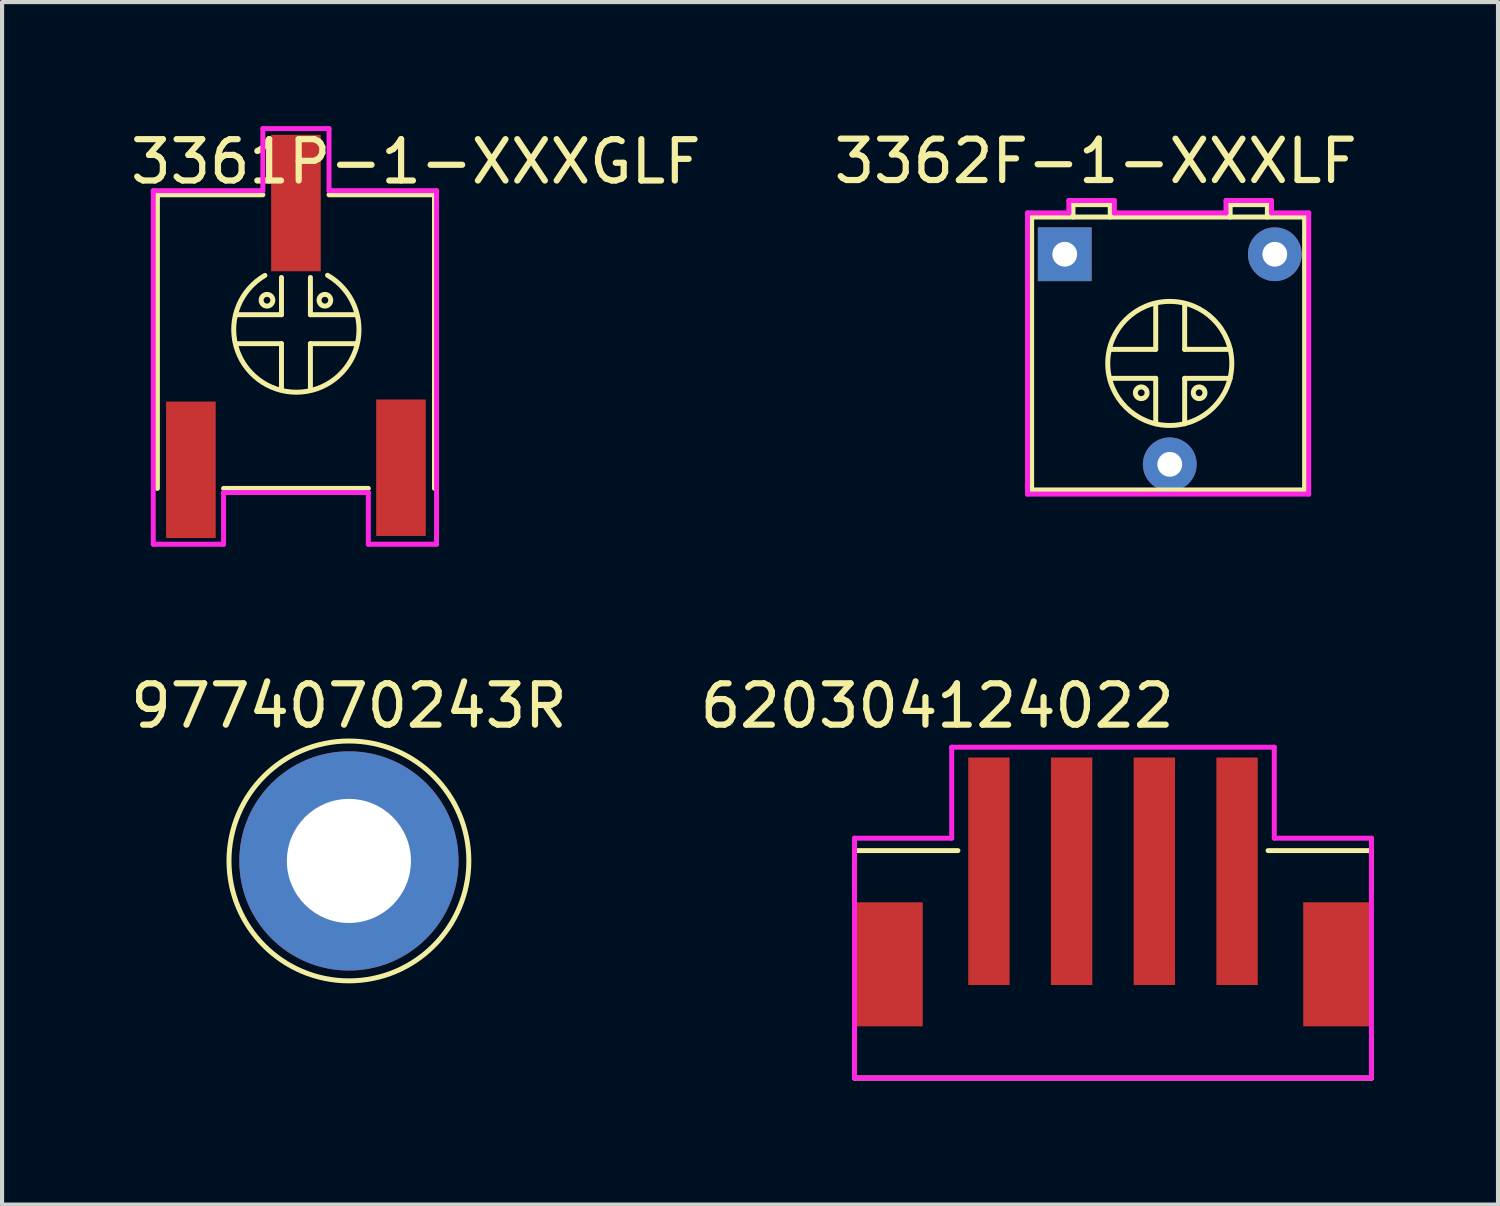
<source format=kicad_pcb>
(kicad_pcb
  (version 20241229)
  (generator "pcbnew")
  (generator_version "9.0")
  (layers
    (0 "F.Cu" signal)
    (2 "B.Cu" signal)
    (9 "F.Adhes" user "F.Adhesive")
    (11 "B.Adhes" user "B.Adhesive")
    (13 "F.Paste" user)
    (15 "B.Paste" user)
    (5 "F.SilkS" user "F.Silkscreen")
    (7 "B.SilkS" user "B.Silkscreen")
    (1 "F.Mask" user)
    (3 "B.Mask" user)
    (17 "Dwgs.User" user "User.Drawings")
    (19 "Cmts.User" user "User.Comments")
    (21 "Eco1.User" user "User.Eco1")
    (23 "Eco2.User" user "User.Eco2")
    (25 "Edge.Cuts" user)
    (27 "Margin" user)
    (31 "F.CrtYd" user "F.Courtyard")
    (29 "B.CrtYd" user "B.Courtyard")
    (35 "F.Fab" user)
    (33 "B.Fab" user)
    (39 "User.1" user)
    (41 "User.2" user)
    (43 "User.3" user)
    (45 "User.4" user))
  (footprint "3361P-1-XXXGLF"
    (layer "F.Cu")
    (at 4.106 4.91)
    (property "Reference" "3361P-1-XXXGLF" (at 2.9 -4.05 0) (layer "F.SilkS") (effects (font (size 1 1) (thickness 0.15))))
    (attr through_hole)
    (fp_line (start -3.35 -3.25) (end -0.8 -3.25) (stroke (width 0.12) (type solid)) (layer "F.SilkS"))
    (fp_line (start -3.35 3.85) (end -3.35 -3.25) (stroke (width 0.12) (type solid)) (layer "F.SilkS"))
    (fp_line (start -1.75 3.85) (end 1.75 3.85) (stroke (width 0.12) (type solid)) (layer "F.SilkS"))
    (fp_line (start -0.35 -1.25) (end -0.35 -0.35) (stroke (width 0.12) (type solid)) (layer "F.SilkS"))
    (fp_line (start -0.35 -0.35) (end -1.45 -0.35) (stroke (width 0.12) (type solid)) (layer "F.SilkS"))
    (fp_line (start -0.35 0.35) (end -1.45 0.35) (stroke (width 0.12) (type solid)) (layer "F.SilkS"))
    (fp_line (start -0.35 1.45) (end -0.35 0.35) (stroke (width 0.12) (type solid)) (layer "F.SilkS"))
    (fp_line (start 0.35 -0.35) (end 0.35 -1.25) (stroke (width 0.12) (type solid)) (layer "F.SilkS"))
    (fp_line (start 0.35 -0.35) (end 1.45 -0.35) (stroke (width 0.12) (type solid)) (layer "F.SilkS"))
    (fp_line (start 0.35 1.45) (end 0.35 0.35) (stroke (width 0.12) (type solid)) (layer "F.SilkS"))
    (fp_line (start 1.45 0.35) (end 0.35 0.35) (stroke (width 0.12) (type solid)) (layer "F.SilkS"))
    (fp_line (start 3.35 -3.25) (end 0.8 -3.25) (stroke (width 0.12) (type solid)) (layer "F.SilkS"))
    (fp_line (start 3.35 -3.25) (end 3.35 3.85) (stroke (width 0.12) (type solid)) (layer "F.SilkS"))
    (fp_arc (start 0.764637 -1.303097) (mid 0.013096 1.524494) (end -0.75 -1.3) (stroke (width 0.12) (type solid)) (layer "F.SilkS"))
    (fp_circle (center -0.7 -0.7) (end -0.6 -0.6) (stroke (width 0.12) (type solid)) (fill no) (layer "F.SilkS"))
    (fp_circle (center 0.7 -0.7) (end 0.6 -0.6) (stroke (width 0.12) (type solid)) (fill no) (layer "F.SilkS"))
    (fp_line (start -3.45 -3.35) (end -3.45 5.2) (stroke (width 0.12) (type solid)) (layer "F.CrtYd"))
    (fp_line (start -3.45 5.2) (end -1.75 5.2) (stroke (width 0.12) (type solid)) (layer "F.CrtYd"))
    (fp_line (start -1.75 3.95) (end 1.75 3.95) (stroke (width 0.12) (type solid)) (layer "F.CrtYd"))
    (fp_line (start -1.75 5.2) (end -1.75 3.95) (stroke (width 0.12) (type solid)) (layer "F.CrtYd"))
    (fp_line (start -0.8 -4.85) (end -0.8 -3.35) (stroke (width 0.12) (type solid)) (layer "F.CrtYd"))
    (fp_line (start -0.8 -3.35) (end -3.45 -3.35) (stroke (width 0.12) (type solid)) (layer "F.CrtYd"))
    (fp_line (start 0.8 -4.85) (end -0.8 -4.85) (stroke (width 0.12) (type solid)) (layer "F.CrtYd"))
    (fp_line (start 0.8 -3.35) (end 0.8 -4.85) (stroke (width 0.12) (type solid)) (layer "F.CrtYd"))
    (fp_line (start 1.75 3.95) (end 1.75 5.2) (stroke (width 0.12) (type solid)) (layer "F.CrtYd"))
    (fp_line (start 1.75 5.2) (end 3.4 5.2) (stroke (width 0.12) (type solid)) (layer "F.CrtYd"))
    (fp_line (start 3.4 -3.35) (end 0.8 -3.35) (stroke (width 0.12) (type solid)) (layer "F.CrtYd"))
    (fp_line (start 3.4 5.2) (end 3.4 -3.35) (stroke (width 0.12) (type solid)) (layer "F.CrtYd"))
    (pad "1" smd rect (at -2.54 3.4 180) (size 1.2 3.3) (layers "F.Cu" "F.Mask" "F.Paste"))
    (pad "2" smd rect (at 0 -3.05 180) (size 1.2 3.3) (layers "F.Cu" "F.Mask" "F.Paste"))
    (pad "3" smd rect (at 2.54 3.35 180) (size 1.2 3.3) (layers "F.Cu" "F.Mask" "F.Paste")))
  (footprint "620304124022"
    (layer "F.Cu")
    (at 20.863 18.018)
    (property "Reference" "620304124022" (at -1.25 -4 0) (layer "F.SilkS") (effects (font (size 1 1) (thickness 0.15))))
    (attr through_hole)
    (fp_line (start -3.25 -0.5) (end -3.25 0.5) (stroke (width 0.12) (type solid)) (layer "F.SilkS"))
    (fp_line (start -3.25 -0.5) (end -0.75 -0.5) (stroke (width 0.12) (type solid)) (layer "F.SilkS"))
    (fp_line (start -3.25 5) (end -3.25 4) (stroke (width 0.12) (type solid)) (layer "F.SilkS"))
    (fp_line (start -3.25 5) (end 9.25 5) (stroke (width 0.12) (type solid)) (layer "F.SilkS"))
    (fp_line (start 9.25 -0.5) (end 6.75 -0.5) (stroke (width 0.12) (type solid)) (layer "F.SilkS"))
    (fp_line (start 9.25 -0.5) (end 9.25 0.5) (stroke (width 0.12) (type solid)) (layer "F.SilkS"))
    (fp_line (start 9.25 4) (end 9.25 5) (stroke (width 0.12) (type solid)) (layer "F.SilkS"))
    (fp_line (start -3.25 -0.8) (end -0.9 -0.8) (stroke (width 0.12) (type solid)) (layer "F.CrtYd"))
    (fp_line (start -3.25 5) (end -3.25 -0.8) (stroke (width 0.12) (type solid)) (layer "F.CrtYd"))
    (fp_line (start -0.9 -3) (end 6.9 -3) (stroke (width 0.12) (type solid)) (layer "F.CrtYd"))
    (fp_line (start -0.9 -0.8) (end -0.9 -3) (stroke (width 0.12) (type solid)) (layer "F.CrtYd"))
    (fp_line (start 6.9 -3) (end 6.9 -0.8) (stroke (width 0.12) (type solid)) (layer "F.CrtYd"))
    (fp_line (start 6.9 -0.8) (end 9.25 -0.8) (stroke (width 0.12) (type solid)) (layer "F.CrtYd"))
    (fp_line (start 9.25 -0.8) (end 9.25 5) (stroke (width 0.12) (type solid)) (layer "F.CrtYd"))
    (fp_line (start 9.25 5) (end -3.25 5) (stroke (width 0.12) (type solid)) (layer "F.CrtYd"))
    (pad "1" smd rect (at 0 0) (size 1 5.5) (layers "F.Cu" "F.Mask" "F.Paste"))
    (pad "2" smd rect (at 2 0) (size 1 5.5) (layers "F.Cu" "F.Mask" "F.Paste"))
    (pad "3" smd rect (at 4 0) (size 1 5.5) (layers "F.Cu" "F.Mask" "F.Paste"))
    (pad "4" smd rect (at 6 0) (size 1 5.5) (layers "F.Cu" "F.Mask" "F.Paste"))
    (pad "s" smd rect (at -2.4 2.25) (size 1.6 3) (layers "F.Cu" "F.Mask" "F.Paste"))
    (pad "s" smd rect (at 8.4 2.25) (size 1.6 3) (layers "F.Cu" "F.Mask" "F.Paste")))
  (footprint "3362F-1-XXXLF"
    (layer "F.Cu")
    (at 22.696 3.098)
    (property "Reference" "3362F-1-XXXLF" (at 0.75 -2.25 0) (layer "F.SilkS") (effects (font (size 1 1) (thickness 0.15))))
    (attr through_hole)
    (fp_line (start -0.8 -0.9) (end 5.8 -0.9) (stroke (width 0.12) (type solid)) (layer "F.SilkS"))
    (fp_line (start -0.8 5.7) (end -0.8 -0.9) (stroke (width 0.12) (type solid)) (layer "F.SilkS"))
    (fp_line (start 0.2 -1.2) (end 1.1 -1.2) (stroke (width 0.12) (type solid)) (layer "F.SilkS"))
    (fp_line (start 0.2 -0.9) (end 0.2 -1.2) (stroke (width 0.12) (type solid)) (layer "F.SilkS"))
    (fp_line (start 1.1 -1.2) (end 1.1 -0.9) (stroke (width 0.12) (type solid)) (layer "F.SilkS"))
    (fp_line (start 1.1 2.3) (end 2.2 2.3) (stroke (width 0.12) (type solid)) (layer "F.SilkS"))
    (fp_line (start 2.2 1.2) (end 2.2 2.3) (stroke (width 0.12) (type solid)) (layer "F.SilkS"))
    (fp_line (start 2.2 3) (end 1.1 3) (stroke (width 0.12) (type solid)) (layer "F.SilkS"))
    (fp_line (start 2.2 3) (end 2.2 4.1) (stroke (width 0.12) (type solid)) (layer "F.SilkS"))
    (fp_line (start 2.9 1.2) (end 2.9 2.3) (stroke (width 0.12) (type solid)) (layer "F.SilkS"))
    (fp_line (start 2.9 2.3) (end 4 2.3) (stroke (width 0.12) (type solid)) (layer "F.SilkS"))
    (fp_line (start 2.9 3) (end 4 3) (stroke (width 0.12) (type solid)) (layer "F.SilkS"))
    (fp_line (start 2.9 4.1) (end 2.9 3) (stroke (width 0.12) (type solid)) (layer "F.SilkS"))
    (fp_line (start 4 -1.2) (end 4 -0.9) (stroke (width 0.12) (type solid)) (layer "F.SilkS"))
    (fp_line (start 4.9 -1.2) (end 4 -1.2) (stroke (width 0.12) (type solid)) (layer "F.SilkS"))
    (fp_line (start 4.9 -0.9) (end 4.9 -1.2) (stroke (width 0.12) (type solid)) (layer "F.SilkS"))
    (fp_line (start 5.8 -0.9) (end 5.8 5.7) (stroke (width 0.12) (type solid)) (layer "F.SilkS"))
    (fp_line (start 5.8 5.7) (end -0.8 5.7) (stroke (width 0.12) (type solid)) (layer "F.SilkS"))
    (fp_circle (center 1.85 3.35) (end 1.95 3.25) (stroke (width 0.12) (type solid)) (fill no) (layer "F.SilkS"))
    (fp_circle (center 2.54 2.64) (end 4.04 2.64) (stroke (width 0.12) (type solid)) (fill no) (layer "F.SilkS"))
    (fp_circle (center 3.25 3.35) (end 3.15 3.25) (stroke (width 0.12) (type solid)) (fill no) (layer "F.SilkS"))
    (fp_line (start -0.9 -1) (end 0.1 -1) (stroke (width 0.12) (type solid)) (layer "F.CrtYd"))
    (fp_line (start -0.9 5.8) (end -0.9 -1) (stroke (width 0.12) (type solid)) (layer "F.CrtYd"))
    (fp_line (start 0.1 -1.3) (end 1.2 -1.3) (stroke (width 0.12) (type solid)) (layer "F.CrtYd"))
    (fp_line (start 0.1 -1) (end 0.1 -1.3) (stroke (width 0.12) (type solid)) (layer "F.CrtYd"))
    (fp_line (start 1.2 -1.3) (end 1.2 -1) (stroke (width 0.12) (type solid)) (layer "F.CrtYd"))
    (fp_line (start 1.2 -1) (end 3.9 -1) (stroke (width 0.12) (type solid)) (layer "F.CrtYd"))
    (fp_line (start 3.9 -1.3) (end 5 -1.3) (stroke (width 0.12) (type solid)) (layer "F.CrtYd"))
    (fp_line (start 3.9 -1) (end 3.9 -1.3) (stroke (width 0.12) (type solid)) (layer "F.CrtYd"))
    (fp_line (start 5 -1.3) (end 5 -1) (stroke (width 0.12) (type solid)) (layer "F.CrtYd"))
    (fp_line (start 5 -1) (end 5.9 -1) (stroke (width 0.12) (type solid)) (layer "F.CrtYd"))
    (fp_line (start 5.9 -1) (end 5.9 5.8) (stroke (width 0.12) (type solid)) (layer "F.CrtYd"))
    (fp_line (start 5.9 5.8) (end -0.9 5.8) (stroke (width 0.12) (type solid)) (layer "F.CrtYd"))
    (pad "1" thru_hole rect (at 0 0) (size 1.3 1.3) (drill 0.6) (layers "*.Cu" "*.Mask"))
    (pad "2" thru_hole circle (at 2.54 5.08) (size 1.3 1.3) (drill 0.6) (layers "*.Cu" "*.Mask"))
    (pad "3" thru_hole circle (at 5.08 0) (size 1.3 1.3) (drill 0.6) (layers "*.Cu" "*.Mask")))
  (footprint "9774070243R"
    (layer "F.Cu")
    (at 5.387 17.768)
    (property "Reference" "9774070243R" (at 0 -3.75 0) (layer "F.SilkS") (effects (font (size 1 1) (thickness 0.15))))
    (attr through_hole)
    (fp_circle (center 0 0) (end 2.9 0) (stroke (width 0.12) (type solid)) (fill no) (layer "F.SilkS"))
    (pad "1" thru_hole circle (at 0 0) (size 5.3 5.3) (drill 3) (layers "*.Cu" "*.Mask")))
  (gr_rect
    (start -3 -3)
    (end 33.173 26.078)
    (stroke (width 0.1) (type default))
    (fill no)
    (layer "Edge.Cuts")))
</source>
